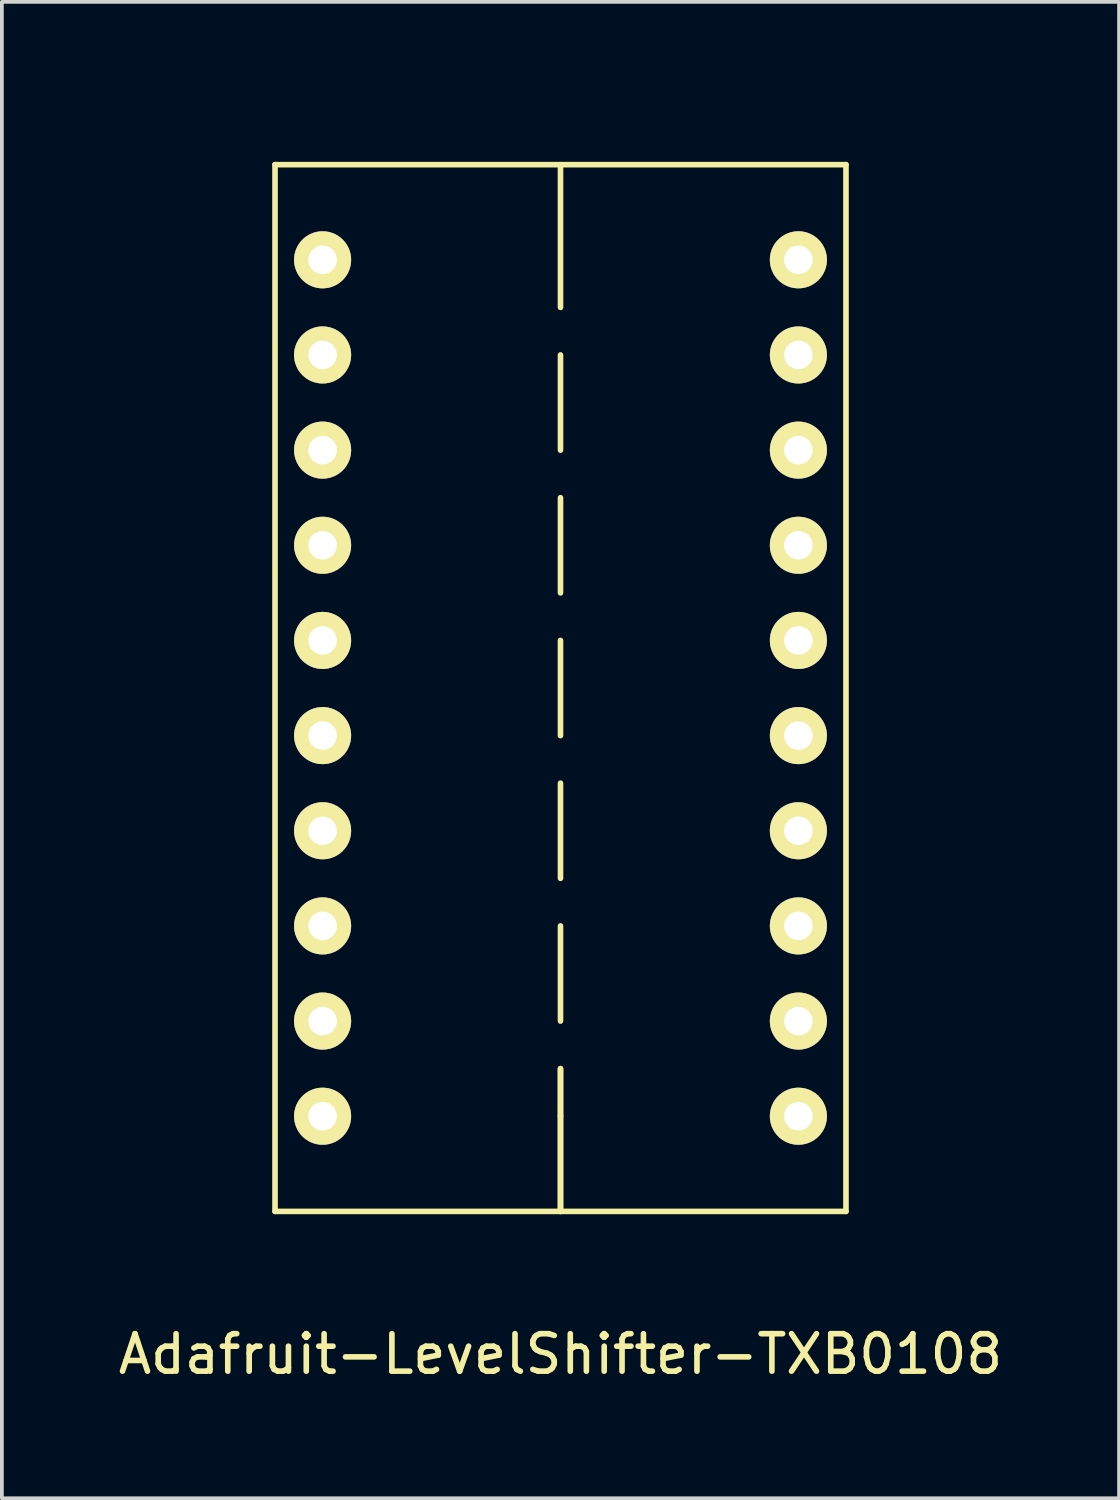
<source format=kicad_pcb>
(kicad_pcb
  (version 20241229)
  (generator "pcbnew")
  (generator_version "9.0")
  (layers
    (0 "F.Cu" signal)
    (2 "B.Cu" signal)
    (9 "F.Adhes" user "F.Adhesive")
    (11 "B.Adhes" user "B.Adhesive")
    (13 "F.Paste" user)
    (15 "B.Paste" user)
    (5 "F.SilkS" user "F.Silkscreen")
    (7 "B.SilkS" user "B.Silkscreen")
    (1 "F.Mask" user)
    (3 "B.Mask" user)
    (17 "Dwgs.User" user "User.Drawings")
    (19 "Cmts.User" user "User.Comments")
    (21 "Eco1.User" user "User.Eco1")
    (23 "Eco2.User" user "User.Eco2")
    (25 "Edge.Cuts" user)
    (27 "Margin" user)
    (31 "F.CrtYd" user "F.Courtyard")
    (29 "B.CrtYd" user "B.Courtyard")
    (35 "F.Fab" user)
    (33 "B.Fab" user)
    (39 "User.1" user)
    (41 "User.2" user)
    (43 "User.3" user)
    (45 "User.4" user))
  (footprint "Adafruit-LevelShifter-TXB0108"
    (layer "F.Cu")
    (at 11.911 15.315)
    (property "Reference" "Adafruit-LevelShifter-TXB0108" (at 0 17.78 0) (layer "F.SilkS") (effects (font (size 1 1) (thickness 0.15))))
    (attr through_hole)
    (fp_line (start -8.89 -15.24) (end 8.89 -15.24) (stroke (width 0.15) (type solid)) (layer "B.Mask"))
    (fp_line (start -8.89 15.24) (end -8.89 -15.24) (stroke (width 0.15) (type solid)) (layer "B.Mask"))
    (fp_line (start 8.89 -15.24) (end 8.89 15.24) (stroke (width 0.15) (type solid)) (layer "B.Mask"))
    (fp_line (start 8.89 15.24) (end -8.89 15.24) (stroke (width 0.15) (type solid)) (layer "B.Mask"))
    (fp_line (start -7.62 -13.97) (end 7.62 -13.97) (stroke (width 0.15) (type solid)) (layer "F.SilkS"))
    (fp_line (start -7.62 13.97) (end -7.62 -13.97) (stroke (width 0.15) (type solid)) (layer "F.SilkS"))
    (fp_line (start 0 -13.97) (end 0 -10.16) (stroke (width 0.15) (type solid)) (layer "F.SilkS"))
    (fp_line (start 0 -8.89) (end 0 -6.35) (stroke (width 0.15) (type solid)) (layer "F.SilkS"))
    (fp_line (start 0 -5.08) (end 0 -2.54) (stroke (width 0.15) (type solid)) (layer "F.SilkS"))
    (fp_line (start 0 -1.27) (end 0 1.27) (stroke (width 0.15) (type solid)) (layer "F.SilkS"))
    (fp_line (start 0 2.54) (end 0 5.08) (stroke (width 0.15) (type solid)) (layer "F.SilkS"))
    (fp_line (start 0 6.35) (end 0 8.89) (stroke (width 0.15) (type solid)) (layer "F.SilkS"))
    (fp_line (start 0 10.16) (end 0 11.43) (stroke (width 0.15) (type solid)) (layer "F.SilkS"))
    (fp_line (start 0 11.43) (end 0 13.97) (stroke (width 0.15) (type solid)) (layer "F.SilkS"))
    (fp_line (start 0 13.97) (end 0 10.16) (stroke (width 0.15) (type solid)) (layer "F.SilkS"))
    (fp_line (start 7.62 -13.97) (end 7.62 13.97) (stroke (width 0.15) (type solid)) (layer "F.SilkS"))
    (fp_line (start 7.62 13.97) (end -7.62 13.97) (stroke (width 0.15) (type solid)) (layer "F.SilkS"))
    (pad "1" thru_hole circle (at -6.35 -11.43) (size 1.524 1.524) (drill 0.762) (layers "*.Cu" "*.Mask" "F.SilkS"))
    (pad "2" thru_hole circle (at -6.35 -8.89) (size 1.524 1.524) (drill 0.762) (layers "*.Cu" "*.Mask" "F.SilkS"))
    (pad "3" thru_hole circle (at -6.35 -6.35) (size 1.524 1.524) (drill 0.762) (layers "*.Cu" "*.Mask" "F.SilkS"))
    (pad "4" thru_hole circle (at -6.35 -3.81) (size 1.524 1.524) (drill 0.762) (layers "*.Cu" "*.Mask" "F.SilkS"))
    (pad "5" thru_hole circle (at -6.35 -1.27) (size 1.524 1.524) (drill 0.762) (layers "*.Cu" "*.Mask" "F.SilkS"))
    (pad "6" thru_hole circle (at -6.35 1.27) (size 1.524 1.524) (drill 0.762) (layers "*.Cu" "*.Mask" "F.SilkS"))
    (pad "7" thru_hole circle (at -6.35 3.81) (size 1.524 1.524) (drill 0.762) (layers "*.Cu" "*.Mask" "F.SilkS"))
    (pad "8" thru_hole circle (at -6.35 6.35) (size 1.524 1.524) (drill 0.762) (layers "*.Cu" "*.Mask" "F.SilkS"))
    (pad "9" thru_hole circle (at -6.35 8.89) (size 1.524 1.524) (drill 0.762) (layers "*.Cu" "*.Mask" "F.SilkS"))
    (pad "10" thru_hole circle (at -6.35 11.43) (size 1.524 1.524) (drill 0.762) (layers "*.Cu" "*.Mask" "F.SilkS"))
    (pad "11" thru_hole circle (at 6.35 11.43) (size 1.524 1.524) (drill 0.762) (layers "*.Cu" "*.Mask" "F.SilkS"))
    (pad "12" thru_hole circle (at 6.35 8.89) (size 1.524 1.524) (drill 0.762) (layers "*.Cu" "*.Mask" "F.SilkS"))
    (pad "13" thru_hole circle (at 6.35 6.35) (size 1.524 1.524) (drill 0.762) (layers "*.Cu" "*.Mask" "F.SilkS"))
    (pad "14" thru_hole circle (at 6.35 3.81) (size 1.524 1.524) (drill 0.762) (layers "*.Cu" "*.Mask" "F.SilkS"))
    (pad "15" thru_hole circle (at 6.35 1.27) (size 1.524 1.524) (drill 0.762) (layers "*.Cu" "*.Mask" "F.SilkS"))
    (pad "16" thru_hole circle (at 6.35 -1.27) (size 1.524 1.524) (drill 0.762) (layers "*.Cu" "*.Mask" "F.SilkS"))
    (pad "17" thru_hole circle (at 6.35 -3.81) (size 1.524 1.524) (drill 0.762) (layers "*.Cu" "*.Mask" "F.SilkS"))
    (pad "18" thru_hole circle (at 6.35 -6.35) (size 1.524 1.524) (drill 0.762) (layers "*.Cu" "*.Mask" "F.SilkS"))
    (pad "19" thru_hole circle (at 6.35 -8.89) (size 1.524 1.524) (drill 0.762) (layers "*.Cu" "*.Mask" "F.SilkS"))
    (pad "20" thru_hole circle (at 6.35 -11.43) (size 1.524 1.524) (drill 0.762) (layers "*.Cu" "*.Mask" "F.SilkS")))
  (gr_rect
    (start -3 -3)
    (end 26.821 36.943)
    (stroke (width 0.1) (type default))
    (fill no)
    (layer "Edge.Cuts")))
</source>
